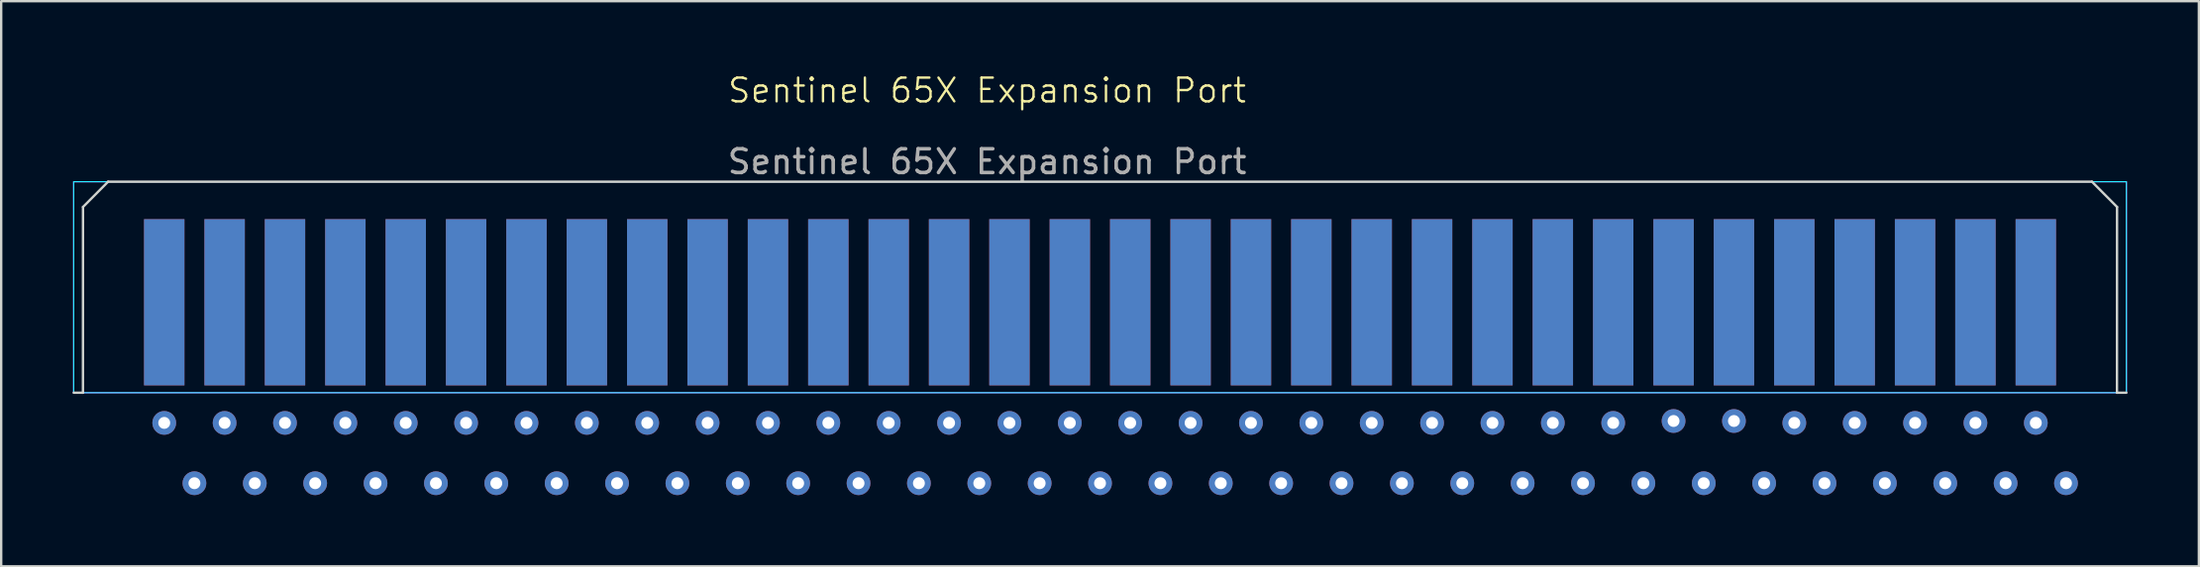
<source format=kicad_pcb>
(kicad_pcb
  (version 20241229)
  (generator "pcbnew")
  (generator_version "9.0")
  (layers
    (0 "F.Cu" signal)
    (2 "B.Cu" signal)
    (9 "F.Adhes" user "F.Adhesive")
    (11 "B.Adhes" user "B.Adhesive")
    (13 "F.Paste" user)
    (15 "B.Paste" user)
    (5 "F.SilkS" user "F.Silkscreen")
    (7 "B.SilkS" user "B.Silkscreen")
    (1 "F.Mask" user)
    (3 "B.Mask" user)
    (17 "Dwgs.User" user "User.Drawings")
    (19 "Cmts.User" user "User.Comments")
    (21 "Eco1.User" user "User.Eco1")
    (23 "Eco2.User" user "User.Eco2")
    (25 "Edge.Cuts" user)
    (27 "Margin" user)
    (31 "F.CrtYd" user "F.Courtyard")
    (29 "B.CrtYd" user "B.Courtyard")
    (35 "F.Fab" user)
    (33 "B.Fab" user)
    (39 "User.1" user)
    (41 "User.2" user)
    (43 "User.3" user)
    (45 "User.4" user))
  (footprint "Sentinel 65X Expansion Port"
    (layer "F.Cu")
    (at 38.48 1.26)
    (property "Reference" "Sentinel 65X Expansion Port" (at 0 -0.5 0) (unlocked yes) (layer "F.SilkS") (effects (font (size 1 1) (thickness 0.1))))
    (attr through_hole)
    (fp_line (start -38.04 12.23) (end -38.43 12.23) (stroke (width 0.1) (type default)) (layer "Edge.Cuts"))
    (fp_line (start -38.038 4.406) (end -38.04 12.23) (stroke (width 0.1) (type default)) (layer "Edge.Cuts"))
    (fp_line (start -36.98 3.34) (end -38.038 4.406) (stroke (width 0.1) (type default)) (layer "Edge.Cuts"))
    (fp_line (start -36.98 3.34) (end 46.48 3.34) (stroke (width 0.1) (type default)) (layer "Edge.Cuts"))
    (fp_line (start 46.48 3.34) (end 47.538 4.406) (stroke (width 0.1) (type default)) (layer "Edge.Cuts"))
    (fp_line (start 47.535 12.23) (end 47.538 4.406) (stroke (width 0.1) (type default)) (layer "Edge.Cuts"))
    (fp_line (start 47.535 12.23) (end 47.93 12.23) (stroke (width 0.1) (type default)) (layer "Edge.Cuts"))
    (fp_rect (start 47.93 3.34) (end -38.43 12.23) (stroke (width 0.05) (type default)) (fill no) (layer "B.CrtYd"))
    (fp_rect (start -38.43 3.34) (end 47.93 12.23) (stroke (width 0.05) (type default)) (fill no) (layer "F.CrtYd"))
    (fp_text user "${REFERENCE}" (at 0 2.5 0) (unlocked yes) (layer "F.Fab") (effects (font (size 1 1) (thickness 0.15))))
    (pad "a1" connect rect (at -34.62 8.42) (size 1.7 7) (layers "B.Cu" "B.Mask"))
    (pad "a1" thru_hole circle (at -33.35 16.04) (size 1 1) (drill 0.5) (layers "*.Cu" "*.Mask"))
    (pad "a2" connect rect (at -32.08 8.42) (size 1.7 7) (layers "B.Cu" "B.Mask"))
    (pad "a2" thru_hole circle (at -30.81 16.04) (size 1 1) (drill 0.5) (layers "*.Cu" "*.Mask"))
    (pad "a3" connect rect (at -29.54 8.42) (size 1.7 7) (layers "B.Cu" "B.Mask"))
    (pad "a3" thru_hole circle (at -28.27 16.04) (size 1 1) (drill 0.5) (layers "*.Cu" "*.Mask"))
    (pad "a4" connect rect (at -27 8.42) (size 1.7 7) (layers "B.Cu" "B.Mask"))
    (pad "a4" thru_hole circle (at -25.73 16.04) (size 1 1) (drill 0.5) (layers "*.Cu" "*.Mask"))
    (pad "a5" connect rect (at -24.46 8.42) (size 1.7 7) (layers "B.Cu" "B.Mask"))
    (pad "a5" thru_hole circle (at -23.19 16.04) (size 1 1) (drill 0.5) (layers "*.Cu" "*.Mask"))
    (pad "a6" connect rect (at -21.92 8.42) (size 1.7 7) (layers "B.Cu" "B.Mask"))
    (pad "a6" thru_hole circle (at -20.65 16.04) (size 1 1) (drill 0.5) (layers "*.Cu" "*.Mask"))
    (pad "a7" connect rect (at -19.38 8.42) (size 1.7 7) (layers "B.Cu" "B.Mask"))
    (pad "a7" thru_hole circle (at -18.11 16.04) (size 1 1) (drill 0.5) (layers "*.Cu" "*.Mask"))
    (pad "a8" connect rect (at -16.84 8.42) (size 1.7 7) (layers "B.Cu" "B.Mask"))
    (pad "a8" thru_hole circle (at -15.57 16.04) (size 1 1) (drill 0.5) (layers "*.Cu" "*.Mask"))
    (pad "a9" connect rect (at -14.3 8.42) (size 1.7 7) (layers "B.Cu" "B.Mask"))
    (pad "a9" thru_hole circle (at -13.03 16.04) (size 1 1) (drill 0.5) (layers "*.Cu" "*.Mask"))
    (pad "a10" connect rect (at -11.76 8.42) (size 1.7 7) (layers "B.Cu" "B.Mask"))
    (pad "a10" thru_hole circle (at -10.49 16.04) (size 1 1) (drill 0.5) (layers "*.Cu" "*.Mask"))
    (pad "a11" connect rect (at -9.22 8.42) (size 1.7 7) (layers "B.Cu" "B.Mask"))
    (pad "a11" thru_hole circle (at -7.95 16.04) (size 1 1) (drill 0.5) (layers "*.Cu" "*.Mask"))
    (pad "a12" connect rect (at -6.68 8.42) (size 1.7 7) (layers "B.Cu" "B.Mask"))
    (pad "a12" thru_hole circle (at -5.41 16.04) (size 1 1) (drill 0.5) (layers "*.Cu" "*.Mask"))
    (pad "a13" connect rect (at -4.14 8.42) (size 1.7 7) (layers "B.Cu" "B.Mask"))
    (pad "a13" thru_hole circle (at -2.87 16.04) (size 1 1) (drill 0.5) (layers "*.Cu" "*.Mask"))
    (pad "a14" connect rect (at -1.6 8.42) (size 1.7 7) (layers "B.Cu" "B.Mask"))
    (pad "a14" thru_hole circle (at -0.33 16.04) (size 1 1) (drill 0.5) (layers "*.Cu" "*.Mask"))
    (pad "a15" connect rect (at 0.94 8.42) (size 1.7 7) (layers "B.Cu" "B.Mask"))
    (pad "a15" thru_hole circle (at 2.21 16.04) (size 1 1) (drill 0.5) (layers "*.Cu" "*.Mask"))
    (pad "a16" connect rect (at 3.48 8.42) (size 1.7 7) (layers "B.Cu" "B.Mask"))
    (pad "a16" thru_hole circle (at 4.75 16.04) (size 1 1) (drill 0.5) (layers "*.Cu" "*.Mask"))
    (pad "a17" connect rect (at 6.02 8.42) (size 1.7 7) (layers "B.Cu" "B.Mask"))
    (pad "a17" thru_hole circle (at 7.29 16.04) (size 1 1) (drill 0.5) (layers "*.Cu" "*.Mask"))
    (pad "a18" connect rect (at 8.56 8.42) (size 1.7 7) (layers "B.Cu" "B.Mask"))
    (pad "a18" thru_hole circle (at 9.83 16.04) (size 1 1) (drill 0.5) (layers "*.Cu" "*.Mask"))
    (pad "a19" connect rect (at 11.1 8.42) (size 1.7 7) (layers "B.Cu" "B.Mask"))
    (pad "a19" thru_hole circle (at 12.37 16.04) (size 1 1) (drill 0.5) (layers "*.Cu" "*.Mask"))
    (pad "a20" connect rect (at 13.64 8.42) (size 1.7 7) (layers "B.Cu" "B.Mask"))
    (pad "a20" thru_hole circle (at 14.91 16.04) (size 1 1) (drill 0.5) (layers "*.Cu" "*.Mask"))
    (pad "a21" connect rect (at 16.18 8.42) (size 1.7 7) (layers "B.Cu" "B.Mask"))
    (pad "a21" thru_hole circle (at 17.45 16.04) (size 1 1) (drill 0.5) (layers "*.Cu" "*.Mask"))
    (pad "a22" connect rect (at 18.72 8.42) (size 1.7 7) (layers "B.Cu" "B.Mask"))
    (pad "a22" thru_hole circle (at 19.99 16.04) (size 1 1) (drill 0.5) (layers "*.Cu" "*.Mask"))
    (pad "a23" connect rect (at 21.26 8.42) (size 1.7 7) (layers "B.Cu" "B.Mask"))
    (pad "a23" thru_hole circle (at 22.53 16.04) (size 1 1) (drill 0.5) (layers "*.Cu" "*.Mask"))
    (pad "a24" connect rect (at 23.8 8.42) (size 1.7 7) (layers "B.Cu" "B.Mask"))
    (pad "a24" thru_hole circle (at 25.07 16.04) (size 1 1) (drill 0.5) (layers "*.Cu" "*.Mask"))
    (pad "a25" connect rect (at 26.34 8.42) (size 1.7 7) (layers "B.Cu" "B.Mask"))
    (pad "a25" thru_hole circle (at 27.61 16.04) (size 1 1) (drill 0.5) (layers "*.Cu" "*.Mask"))
    (pad "a26" connect rect (at 28.88 8.42) (size 1.7 7) (layers "B.Cu" "B.Mask"))
    (pad "a26" thru_hole circle (at 30.15 16.04) (size 1 1) (drill 0.5) (layers "*.Cu" "*.Mask"))
    (pad "a27" connect rect (at 31.42 8.42) (size 1.7 7) (layers "B.Cu" "B.Mask"))
    (pad "a27" thru_hole circle (at 32.69 16.04) (size 1 1) (drill 0.5) (layers "*.Cu" "*.Mask"))
    (pad "a28" connect rect (at 33.96 8.42) (size 1.7 7) (layers "B.Cu" "B.Mask"))
    (pad "a28" thru_hole circle (at 35.23 16.04) (size 1 1) (drill 0.5) (layers "*.Cu" "*.Mask"))
    (pad "a29" connect rect (at 36.5 8.42) (size 1.7 7) (layers "B.Cu" "B.Mask"))
    (pad "a29" thru_hole circle (at 37.77 16.04) (size 1 1) (drill 0.5) (layers "*.Cu" "*.Mask"))
    (pad "a30" connect rect (at 39.04 8.42) (size 1.7 7) (layers "B.Cu" "B.Mask"))
    (pad "a30" thru_hole circle (at 40.31 16.04) (size 1 1) (drill 0.5) (layers "*.Cu" "*.Mask"))
    (pad "a31" connect rect (at 41.58 8.42) (size 1.7 7) (layers "B.Cu" "B.Mask"))
    (pad "a31" thru_hole circle (at 42.85 16.04) (size 1 1) (drill 0.5) (layers "*.Cu" "*.Mask"))
    (pad "a32" connect rect (at 44.12 8.42) (size 1.7 7) (layers "B.Cu" "B.Mask"))
    (pad "a32" thru_hole circle (at 45.39 16.04) (size 1 1) (drill 0.5) (layers "*.Cu" "*.Mask"))
    (pad "b1" connect rect (at -34.62 8.42) (size 1.7 7) (layers "F.Cu" "F.Mask"))
    (pad "b1" thru_hole circle (at -34.62 13.5) (size 1 1) (drill 0.5) (layers "*.Cu" "*.Mask"))
    (pad "b2" connect rect (at -32.08 8.42) (size 1.7 7) (layers "F.Cu" "F.Mask"))
    (pad "b2" thru_hole circle (at -32.08 13.5) (size 1 1) (drill 0.5) (layers "*.Cu" "*.Mask"))
    (pad "b3" connect rect (at -29.54 8.42) (size 1.7 7) (layers "F.Cu" "F.Mask"))
    (pad "b3" thru_hole circle (at -29.54 13.5) (size 1 1) (drill 0.5) (layers "*.Cu" "*.Mask"))
    (pad "b4" connect rect (at -27 8.42) (size 1.7 7) (layers "F.Cu" "F.Mask"))
    (pad "b4" thru_hole circle (at -27 13.5) (size 1 1) (drill 0.5) (layers "*.Cu" "*.Mask"))
    (pad "b5" connect rect (at -24.46 8.42) (size 1.7 7) (layers "F.Cu" "F.Mask"))
    (pad "b5" thru_hole circle (at -24.46 13.5) (size 1 1) (drill 0.5) (layers "*.Cu" "*.Mask"))
    (pad "b6" connect rect (at -21.92 8.42) (size 1.7 7) (layers "F.Cu" "F.Mask"))
    (pad "b6" thru_hole circle (at -21.92 13.5) (size 1 1) (drill 0.5) (layers "*.Cu" "*.Mask"))
    (pad "b7" connect rect (at -19.38 8.42) (size 1.7 7) (layers "F.Cu" "F.Mask"))
    (pad "b7" thru_hole circle (at -19.38 13.5) (size 1 1) (drill 0.5) (layers "*.Cu" "*.Mask"))
    (pad "b8" connect rect (at -16.84 8.42) (size 1.7 7) (layers "F.Cu" "F.Mask"))
    (pad "b8" thru_hole circle (at -16.84 13.5) (size 1 1) (drill 0.5) (layers "*.Cu" "*.Mask"))
    (pad "b9" connect rect (at -14.3 8.42) (size 1.7 7) (layers "F.Cu" "F.Mask"))
    (pad "b9" thru_hole circle (at -14.3 13.5) (size 1 1) (drill 0.5) (layers "*.Cu" "*.Mask"))
    (pad "b10" connect rect (at -11.76 8.42) (size 1.7 7) (layers "F.Cu" "F.Mask"))
    (pad "b10" thru_hole circle (at -11.76 13.5) (size 1 1) (drill 0.5) (layers "*.Cu" "*.Mask"))
    (pad "b11" connect rect (at -9.22 8.42) (size 1.7 7) (layers "F.Cu" "F.Mask"))
    (pad "b11" thru_hole circle (at -9.22 13.5) (size 1 1) (drill 0.5) (layers "*.Cu" "*.Mask"))
    (pad "b12" connect rect (at -6.68 8.42) (size 1.7 7) (layers "F.Cu" "F.Mask"))
    (pad "b12" thru_hole circle (at -6.68 13.5) (size 1 1) (drill 0.5) (layers "*.Cu" "*.Mask"))
    (pad "b13" connect rect (at -4.14 8.42) (size 1.7 7) (layers "F.Cu" "F.Mask"))
    (pad "b13" thru_hole circle (at -4.14 13.5) (size 1 1) (drill 0.5) (layers "*.Cu" "*.Mask"))
    (pad "b14" connect rect (at -1.6 8.42) (size 1.7 7) (layers "F.Cu" "F.Mask"))
    (pad "b14" thru_hole circle (at -1.6 13.5) (size 1 1) (drill 0.5) (layers "*.Cu" "*.Mask"))
    (pad "b15" connect rect (at 0.94 8.42) (size 1.7 7) (layers "F.Cu" "F.Mask"))
    (pad "b15" thru_hole circle (at 0.94 13.5) (size 1 1) (drill 0.5) (layers "*.Cu" "*.Mask"))
    (pad "b16" connect rect (at 3.48 8.42) (size 1.7 7) (layers "F.Cu" "F.Mask"))
    (pad "b16" thru_hole circle (at 3.48 13.5) (size 1 1) (drill 0.5) (layers "*.Cu" "*.Mask"))
    (pad "b17" connect rect (at 6.02 8.42) (size 1.7 7) (layers "F.Cu" "F.Mask"))
    (pad "b17" thru_hole circle (at 6.02 13.5) (size 1 1) (drill 0.5) (layers "*.Cu" "*.Mask"))
    (pad "b18" connect rect (at 8.56 8.42) (size 1.7 7) (layers "F.Cu" "F.Mask"))
    (pad "b18" thru_hole circle (at 8.56 13.5) (size 1 1) (drill 0.5) (layers "*.Cu" "*.Mask"))
    (pad "b19" connect rect (at 11.1 8.42) (size 1.7 7) (layers "F.Cu" "F.Mask"))
    (pad "b19" thru_hole circle (at 11.1 13.5) (size 1 1) (drill 0.5) (layers "*.Cu" "*.Mask"))
    (pad "b20" connect rect (at 13.64 8.42) (size 1.7 7) (layers "F.Cu" "F.Mask"))
    (pad "b20" thru_hole circle (at 13.64 13.5) (size 1 1) (drill 0.5) (layers "*.Cu" "*.Mask"))
    (pad "b21" connect rect (at 16.18 8.42) (size 1.7 7) (layers "F.Cu" "F.Mask"))
    (pad "b21" thru_hole circle (at 16.18 13.5) (size 1 1) (drill 0.5) (layers "*.Cu" "*.Mask"))
    (pad "b22" connect rect (at 18.72 8.42) (size 1.7 7) (layers "F.Cu" "F.Mask"))
    (pad "b22" thru_hole circle (at 18.72 13.5) (size 1 1) (drill 0.5) (layers "*.Cu" "*.Mask"))
    (pad "b23" connect rect (at 21.26 8.42) (size 1.7 7) (layers "F.Cu" "F.Mask"))
    (pad "b23" thru_hole circle (at 21.26 13.5) (size 1 1) (drill 0.5) (layers "*.Cu" "*.Mask"))
    (pad "b24" connect rect (at 23.8 8.42) (size 1.7 7) (layers "F.Cu" "F.Mask"))
    (pad "b24" thru_hole circle (at 23.8 13.5) (size 1 1) (drill 0.5) (layers "*.Cu" "*.Mask"))
    (pad "b25" connect rect (at 26.34 8.42) (size 1.7 7) (layers "F.Cu" "F.Mask"))
    (pad "b25" thru_hole circle (at 26.34 13.5) (size 1 1) (drill 0.5) (layers "*.Cu" "*.Mask"))
    (pad "b26" connect rect (at 28.88 8.42) (size 1.7 7) (layers "F.Cu" "F.Mask"))
    (pad "b26" thru_hole circle (at 28.88 13.42) (size 1 1) (drill 0.5) (layers "*.Cu" "*.Mask"))
    (pad "b27" connect rect (at 31.42 8.42) (size 1.7 7) (layers "F.Cu" "F.Mask"))
    (pad "b27" thru_hole circle (at 31.42 13.42) (size 1 1) (drill 0.5) (layers "*.Cu" "*.Mask"))
    (pad "b28" connect rect (at 33.96 8.42) (size 1.7 7) (layers "F.Cu" "F.Mask"))
    (pad "b28" thru_hole circle (at 33.96 13.5) (size 1 1) (drill 0.5) (layers "*.Cu" "*.Mask"))
    (pad "b29" connect rect (at 36.5 8.42) (size 1.7 7) (layers "F.Cu" "F.Mask"))
    (pad "b29" thru_hole circle (at 36.5 13.5) (size 1 1) (drill 0.5) (layers "*.Cu" "*.Mask"))
    (pad "b30" connect rect (at 39.04 8.42) (size 1.7 7) (layers "F.Cu" "F.Mask"))
    (pad "b30" thru_hole circle (at 39.04 13.5) (size 1 1) (drill 0.5) (layers "*.Cu" "*.Mask"))
    (pad "b31" connect rect (at 41.58 8.42) (size 1.7 7) (layers "F.Cu" "F.Mask"))
    (pad "b31" thru_hole circle (at 41.58 13.5) (size 1 1) (drill 0.5) (layers "*.Cu" "*.Mask"))
    (pad "b32" connect rect (at 44.12 8.42) (size 1.7 7) (layers "F.Cu" "F.Mask"))
    (pad "b32" thru_hole circle (at 44.12 13.5) (size 1 1) (drill 0.5) (layers "*.Cu" "*.Mask")))
  (gr_rect
    (start -3 -3)
    (end 89.46 20.8)
    (stroke (width 0.1) (type default))
    (fill no)
    (layer "Edge.Cuts")))
</source>
